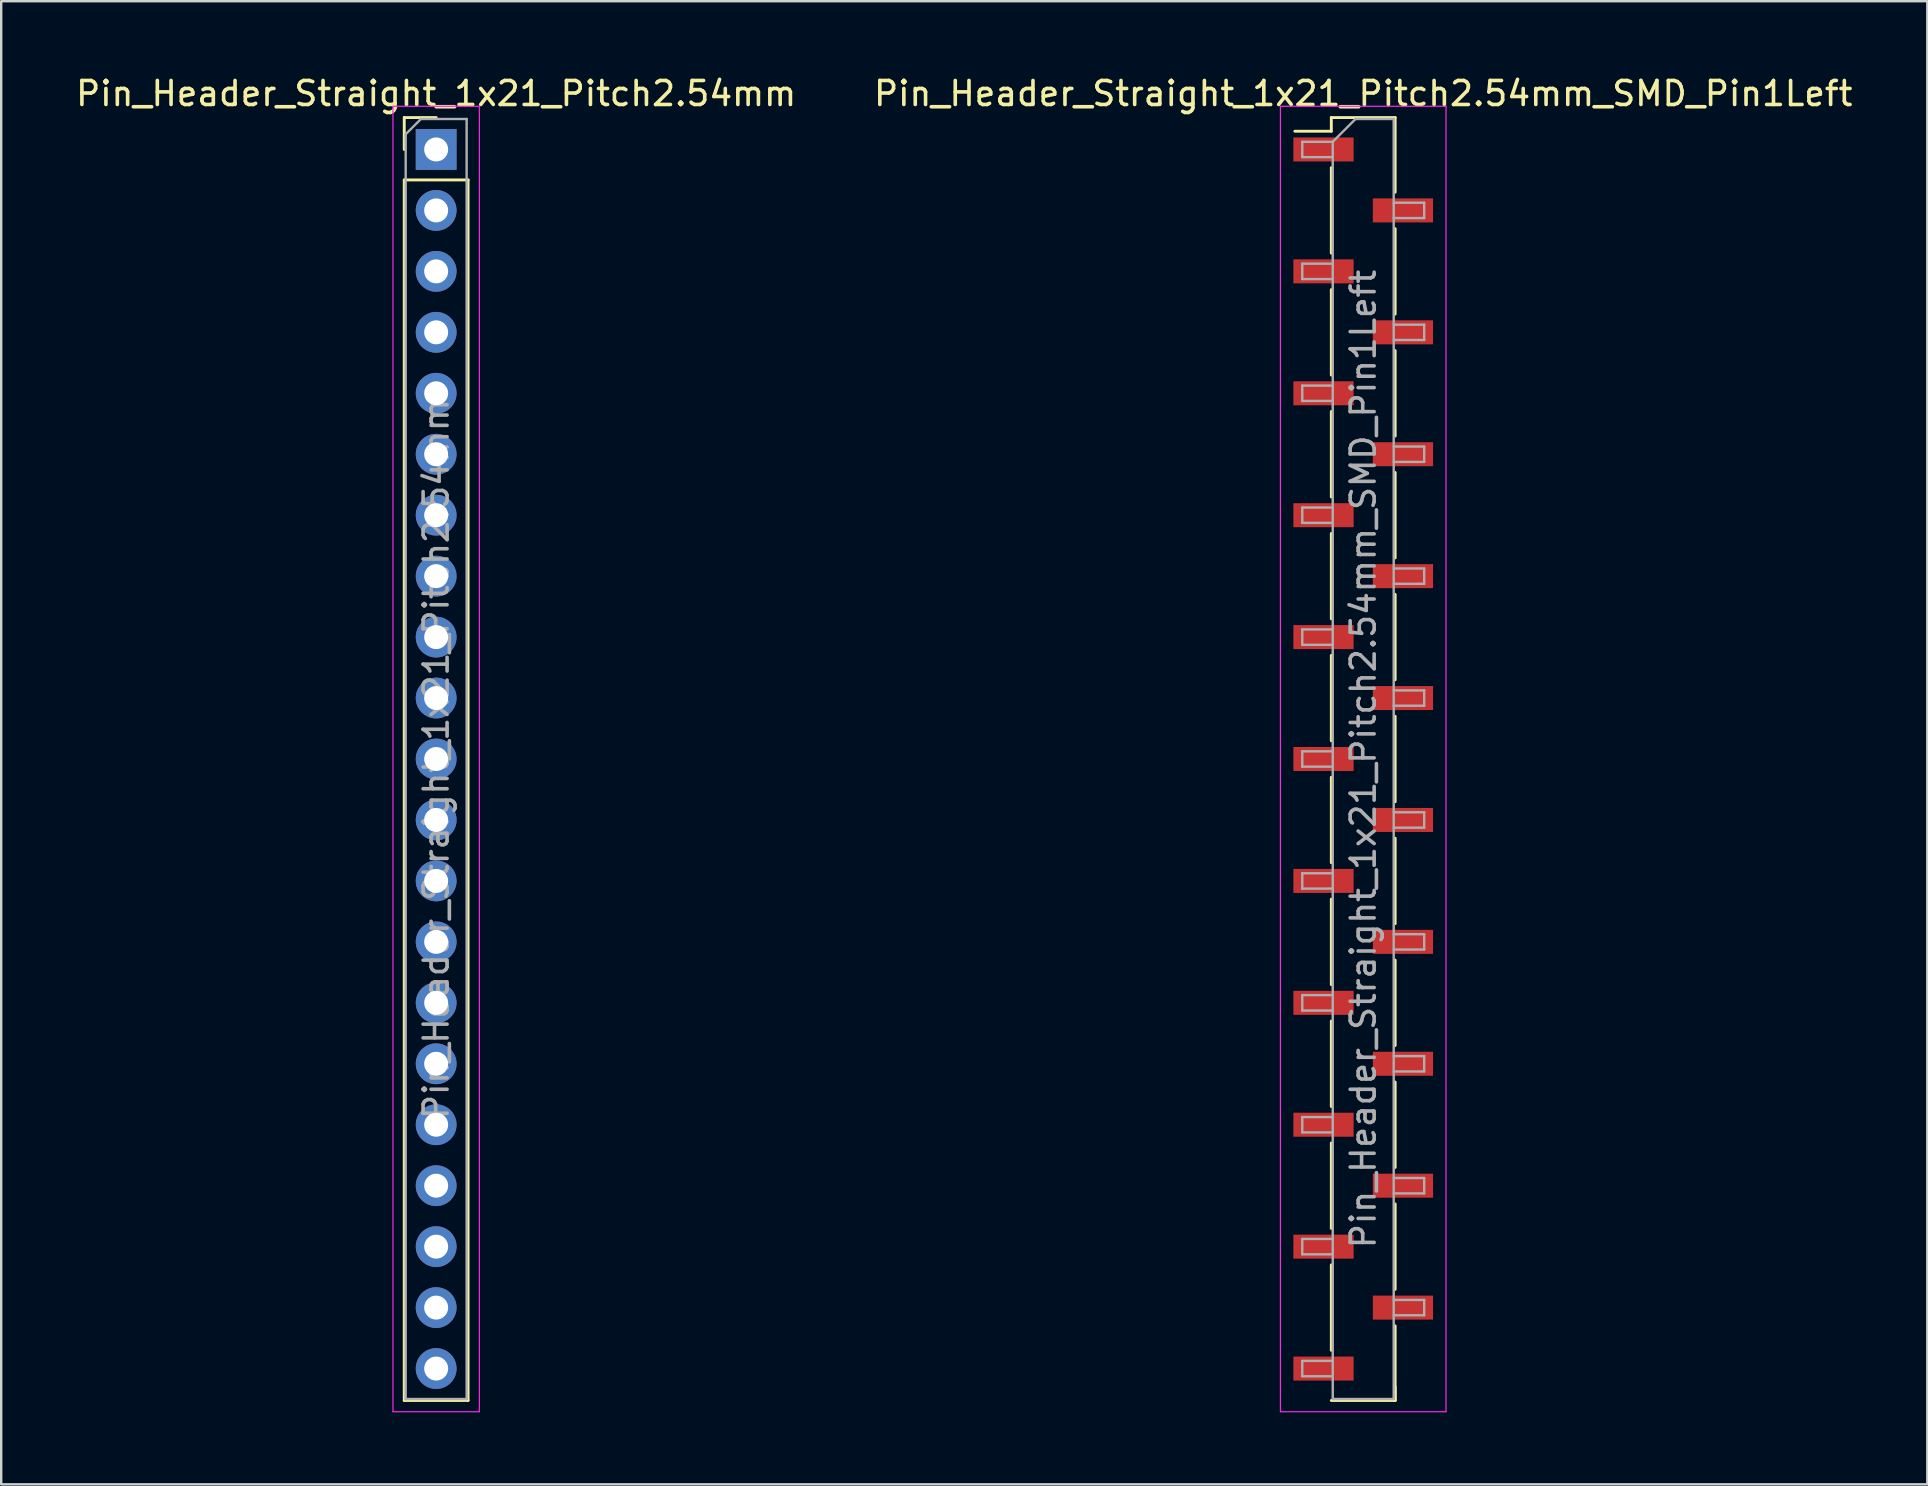
<source format=kicad_pcb>
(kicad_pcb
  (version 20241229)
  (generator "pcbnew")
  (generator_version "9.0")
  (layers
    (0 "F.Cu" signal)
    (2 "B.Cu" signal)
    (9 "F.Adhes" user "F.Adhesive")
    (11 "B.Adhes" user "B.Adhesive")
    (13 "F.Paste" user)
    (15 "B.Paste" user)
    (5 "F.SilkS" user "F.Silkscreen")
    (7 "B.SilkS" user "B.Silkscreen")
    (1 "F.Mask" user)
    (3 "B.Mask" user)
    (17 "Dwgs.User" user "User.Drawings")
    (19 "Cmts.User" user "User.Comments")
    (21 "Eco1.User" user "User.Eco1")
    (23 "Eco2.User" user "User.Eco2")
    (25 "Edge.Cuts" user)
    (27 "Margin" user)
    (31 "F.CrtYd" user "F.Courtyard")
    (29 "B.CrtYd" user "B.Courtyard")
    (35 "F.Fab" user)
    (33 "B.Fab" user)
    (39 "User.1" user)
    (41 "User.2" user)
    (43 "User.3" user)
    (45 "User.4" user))
  (footprint "Pin_Header_Straight_1x21_Pitch2.54mm_SMD_Pin1Left"
    (layer "F.Cu")
    (at 53.756 28.578)
    (property "Reference" "Pin_Header_Straight_1x21_Pitch2.54mm_SMD_Pin1Left" (at 0 -27.73 0) (layer "F.SilkS") (effects (font (size 1 1) (thickness 0.15))))
    (attr smd)
    (fp_line (start -1.33 -26.73) (end -1.33 -26.16) (stroke (width 0.12) (type solid)) (layer "F.SilkS"))
    (fp_line (start -1.33 -26.73) (end 1.33 -26.73) (stroke (width 0.12) (type solid)) (layer "F.SilkS"))
    (fp_line (start -1.33 -26.16) (end -2.85 -26.16) (stroke (width 0.12) (type solid)) (layer "F.SilkS"))
    (fp_line (start -1.33 -24.64) (end -1.33 -21.08) (stroke (width 0.12) (type solid)) (layer "F.SilkS"))
    (fp_line (start -1.33 -19.56) (end -1.33 -16) (stroke (width 0.12) (type solid)) (layer "F.SilkS"))
    (fp_line (start -1.33 -14.48) (end -1.33 -10.92) (stroke (width 0.12) (type solid)) (layer "F.SilkS"))
    (fp_line (start -1.33 -9.4) (end -1.33 -5.84) (stroke (width 0.12) (type solid)) (layer "F.SilkS"))
    (fp_line (start -1.33 -4.32) (end -1.33 -0.76) (stroke (width 0.12) (type solid)) (layer "F.SilkS"))
    (fp_line (start -1.33 0.76) (end -1.33 4.32) (stroke (width 0.12) (type solid)) (layer "F.SilkS"))
    (fp_line (start -1.33 5.84) (end -1.33 9.4) (stroke (width 0.12) (type solid)) (layer "F.SilkS"))
    (fp_line (start -1.33 10.92) (end -1.33 14.48) (stroke (width 0.12) (type solid)) (layer "F.SilkS"))
    (fp_line (start -1.33 16) (end -1.33 19.56) (stroke (width 0.12) (type solid)) (layer "F.SilkS"))
    (fp_line (start -1.33 21.08) (end -1.33 24.64) (stroke (width 0.12) (type solid)) (layer "F.SilkS"))
    (fp_line (start -1.33 26.73) (end 1.33 26.73) (stroke (width 0.12) (type solid)) (layer "F.SilkS"))
    (fp_line (start 1.33 -26.73) (end 1.33 -23.62) (stroke (width 0.12) (type solid)) (layer "F.SilkS"))
    (fp_line (start 1.33 -22.1) (end 1.33 -18.54) (stroke (width 0.12) (type solid)) (layer "F.SilkS"))
    (fp_line (start 1.33 -17.02) (end 1.33 -13.46) (stroke (width 0.12) (type solid)) (layer "F.SilkS"))
    (fp_line (start 1.33 -11.94) (end 1.33 -8.38) (stroke (width 0.12) (type solid)) (layer "F.SilkS"))
    (fp_line (start 1.33 -6.86) (end 1.33 -3.3) (stroke (width 0.12) (type solid)) (layer "F.SilkS"))
    (fp_line (start 1.33 -1.78) (end 1.33 1.78) (stroke (width 0.12) (type solid)) (layer "F.SilkS"))
    (fp_line (start 1.33 3.3) (end 1.33 6.86) (stroke (width 0.12) (type solid)) (layer "F.SilkS"))
    (fp_line (start 1.33 8.38) (end 1.33 11.94) (stroke (width 0.12) (type solid)) (layer "F.SilkS"))
    (fp_line (start 1.33 13.46) (end 1.33 17.02) (stroke (width 0.12) (type solid)) (layer "F.SilkS"))
    (fp_line (start 1.33 18.54) (end 1.33 22.1) (stroke (width 0.12) (type solid)) (layer "F.SilkS"))
    (fp_line (start 1.33 23.62) (end 1.33 26.73) (stroke (width 0.12) (type solid)) (layer "F.SilkS"))
    (fp_line (start 1.33 26.16) (end 1.33 26.73) (stroke (width 0.12) (type solid)) (layer "F.SilkS"))
    (fp_line (start -3.45 -27.2) (end -3.45 27.2) (stroke (width 0.05) (type solid)) (layer "F.CrtYd"))
    (fp_line (start -3.45 27.2) (end 3.45 27.2) (stroke (width 0.05) (type solid)) (layer "F.CrtYd"))
    (fp_line (start 3.45 -27.2) (end -3.45 -27.2) (stroke (width 0.05) (type solid)) (layer "F.CrtYd"))
    (fp_line (start 3.45 27.2) (end 3.45 -27.2) (stroke (width 0.05) (type solid)) (layer "F.CrtYd"))
    (fp_line (start -2.54 -25.72) (end -2.54 -25.08) (stroke (width 0.1) (type solid)) (layer "F.Fab"))
    (fp_line (start -2.54 -25.08) (end -1.27 -25.08) (stroke (width 0.1) (type solid)) (layer "F.Fab"))
    (fp_line (start -2.54 -20.64) (end -2.54 -20) (stroke (width 0.1) (type solid)) (layer "F.Fab"))
    (fp_line (start -2.54 -20) (end -1.27 -20) (stroke (width 0.1) (type solid)) (layer "F.Fab"))
    (fp_line (start -2.54 -15.56) (end -2.54 -14.92) (stroke (width 0.1) (type solid)) (layer "F.Fab"))
    (fp_line (start -2.54 -14.92) (end -1.27 -14.92) (stroke (width 0.1) (type solid)) (layer "F.Fab"))
    (fp_line (start -2.54 -10.48) (end -2.54 -9.84) (stroke (width 0.1) (type solid)) (layer "F.Fab"))
    (fp_line (start -2.54 -9.84) (end -1.27 -9.84) (stroke (width 0.1) (type solid)) (layer "F.Fab"))
    (fp_line (start -2.54 -5.4) (end -2.54 -4.76) (stroke (width 0.1) (type solid)) (layer "F.Fab"))
    (fp_line (start -2.54 -4.76) (end -1.27 -4.76) (stroke (width 0.1) (type solid)) (layer "F.Fab"))
    (fp_line (start -2.54 -0.32) (end -2.54 0.32) (stroke (width 0.1) (type solid)) (layer "F.Fab"))
    (fp_line (start -2.54 0.32) (end -1.27 0.32) (stroke (width 0.1) (type solid)) (layer "F.Fab"))
    (fp_line (start -2.54 4.76) (end -2.54 5.4) (stroke (width 0.1) (type solid)) (layer "F.Fab"))
    (fp_line (start -2.54 5.4) (end -1.27 5.4) (stroke (width 0.1) (type solid)) (layer "F.Fab"))
    (fp_line (start -2.54 9.84) (end -2.54 10.48) (stroke (width 0.1) (type solid)) (layer "F.Fab"))
    (fp_line (start -2.54 10.48) (end -1.27 10.48) (stroke (width 0.1) (type solid)) (layer "F.Fab"))
    (fp_line (start -2.54 14.92) (end -2.54 15.56) (stroke (width 0.1) (type solid)) (layer "F.Fab"))
    (fp_line (start -2.54 15.56) (end -1.27 15.56) (stroke (width 0.1) (type solid)) (layer "F.Fab"))
    (fp_line (start -2.54 20) (end -2.54 20.64) (stroke (width 0.1) (type solid)) (layer "F.Fab"))
    (fp_line (start -2.54 20.64) (end -1.27 20.64) (stroke (width 0.1) (type solid)) (layer "F.Fab"))
    (fp_line (start -2.54 25.08) (end -2.54 25.72) (stroke (width 0.1) (type solid)) (layer "F.Fab"))
    (fp_line (start -2.54 25.72) (end -1.27 25.72) (stroke (width 0.1) (type solid)) (layer "F.Fab"))
    (fp_line (start -1.27 -25.72) (end -2.54 -25.72) (stroke (width 0.1) (type solid)) (layer "F.Fab"))
    (fp_line (start -1.27 -25.72) (end -0.32 -26.67) (stroke (width 0.1) (type solid)) (layer "F.Fab"))
    (fp_line (start -1.27 -20.64) (end -2.54 -20.64) (stroke (width 0.1) (type solid)) (layer "F.Fab"))
    (fp_line (start -1.27 -15.56) (end -2.54 -15.56) (stroke (width 0.1) (type solid)) (layer "F.Fab"))
    (fp_line (start -1.27 -10.48) (end -2.54 -10.48) (stroke (width 0.1) (type solid)) (layer "F.Fab"))
    (fp_line (start -1.27 -5.4) (end -2.54 -5.4) (stroke (width 0.1) (type solid)) (layer "F.Fab"))
    (fp_line (start -1.27 -0.32) (end -2.54 -0.32) (stroke (width 0.1) (type solid)) (layer "F.Fab"))
    (fp_line (start -1.27 4.76) (end -2.54 4.76) (stroke (width 0.1) (type solid)) (layer "F.Fab"))
    (fp_line (start -1.27 9.84) (end -2.54 9.84) (stroke (width 0.1) (type solid)) (layer "F.Fab"))
    (fp_line (start -1.27 14.92) (end -2.54 14.92) (stroke (width 0.1) (type solid)) (layer "F.Fab"))
    (fp_line (start -1.27 20) (end -2.54 20) (stroke (width 0.1) (type solid)) (layer "F.Fab"))
    (fp_line (start -1.27 25.08) (end -2.54 25.08) (stroke (width 0.1) (type solid)) (layer "F.Fab"))
    (fp_line (start -1.27 26.67) (end -1.27 -25.72) (stroke (width 0.1) (type solid)) (layer "F.Fab"))
    (fp_line (start -0.32 -26.67) (end 1.27 -26.67) (stroke (width 0.1) (type solid)) (layer "F.Fab"))
    (fp_line (start 1.27 -26.67) (end 1.27 26.67) (stroke (width 0.1) (type solid)) (layer "F.Fab"))
    (fp_line (start 1.27 -23.18) (end 2.54 -23.18) (stroke (width 0.1) (type solid)) (layer "F.Fab"))
    (fp_line (start 1.27 -18.1) (end 2.54 -18.1) (stroke (width 0.1) (type solid)) (layer "F.Fab"))
    (fp_line (start 1.27 -13.02) (end 2.54 -13.02) (stroke (width 0.1) (type solid)) (layer "F.Fab"))
    (fp_line (start 1.27 -7.94) (end 2.54 -7.94) (stroke (width 0.1) (type solid)) (layer "F.Fab"))
    (fp_line (start 1.27 -2.86) (end 2.54 -2.86) (stroke (width 0.1) (type solid)) (layer "F.Fab"))
    (fp_line (start 1.27 2.22) (end 2.54 2.22) (stroke (width 0.1) (type solid)) (layer "F.Fab"))
    (fp_line (start 1.27 7.3) (end 2.54 7.3) (stroke (width 0.1) (type solid)) (layer "F.Fab"))
    (fp_line (start 1.27 12.38) (end 2.54 12.38) (stroke (width 0.1) (type solid)) (layer "F.Fab"))
    (fp_line (start 1.27 17.46) (end 2.54 17.46) (stroke (width 0.1) (type solid)) (layer "F.Fab"))
    (fp_line (start 1.27 22.54) (end 2.54 22.54) (stroke (width 0.1) (type solid)) (layer "F.Fab"))
    (fp_line (start 1.27 26.67) (end -1.27 26.67) (stroke (width 0.1) (type solid)) (layer "F.Fab"))
    (fp_line (start 2.54 -23.18) (end 2.54 -22.54) (stroke (width 0.1) (type solid)) (layer "F.Fab"))
    (fp_line (start 2.54 -22.54) (end 1.27 -22.54) (stroke (width 0.1) (type solid)) (layer "F.Fab"))
    (fp_line (start 2.54 -18.1) (end 2.54 -17.46) (stroke (width 0.1) (type solid)) (layer "F.Fab"))
    (fp_line (start 2.54 -17.46) (end 1.27 -17.46) (stroke (width 0.1) (type solid)) (layer "F.Fab"))
    (fp_line (start 2.54 -13.02) (end 2.54 -12.38) (stroke (width 0.1) (type solid)) (layer "F.Fab"))
    (fp_line (start 2.54 -12.38) (end 1.27 -12.38) (stroke (width 0.1) (type solid)) (layer "F.Fab"))
    (fp_line (start 2.54 -7.94) (end 2.54 -7.3) (stroke (width 0.1) (type solid)) (layer "F.Fab"))
    (fp_line (start 2.54 -7.3) (end 1.27 -7.3) (stroke (width 0.1) (type solid)) (layer "F.Fab"))
    (fp_line (start 2.54 -2.86) (end 2.54 -2.22) (stroke (width 0.1) (type solid)) (layer "F.Fab"))
    (fp_line (start 2.54 -2.22) (end 1.27 -2.22) (stroke (width 0.1) (type solid)) (layer "F.Fab"))
    (fp_line (start 2.54 2.22) (end 2.54 2.86) (stroke (width 0.1) (type solid)) (layer "F.Fab"))
    (fp_line (start 2.54 2.86) (end 1.27 2.86) (stroke (width 0.1) (type solid)) (layer "F.Fab"))
    (fp_line (start 2.54 7.3) (end 2.54 7.94) (stroke (width 0.1) (type solid)) (layer "F.Fab"))
    (fp_line (start 2.54 7.94) (end 1.27 7.94) (stroke (width 0.1) (type solid)) (layer "F.Fab"))
    (fp_line (start 2.54 12.38) (end 2.54 13.02) (stroke (width 0.1) (type solid)) (layer "F.Fab"))
    (fp_line (start 2.54 13.02) (end 1.27 13.02) (stroke (width 0.1) (type solid)) (layer "F.Fab"))
    (fp_line (start 2.54 17.46) (end 2.54 18.1) (stroke (width 0.1) (type solid)) (layer "F.Fab"))
    (fp_line (start 2.54 18.1) (end 1.27 18.1) (stroke (width 0.1) (type solid)) (layer "F.Fab"))
    (fp_line (start 2.54 22.54) (end 2.54 23.18) (stroke (width 0.1) (type solid)) (layer "F.Fab"))
    (fp_line (start 2.54 23.18) (end 1.27 23.18) (stroke (width 0.1) (type solid)) (layer "F.Fab"))
    (fp_text user "${REFERENCE}" (at 0 0 90) (layer "F.Fab") (effects (font (size 1 1) (thickness 0.15))))
    (pad "1" smd rect (at -1.655 -25.4) (size 2.51 1) (layers "F.Cu" "F.Mask" "F.Paste"))
    (pad "2" smd rect (at 1.655 -22.86) (size 2.51 1) (layers "F.Cu" "F.Mask" "F.Paste"))
    (pad "3" smd rect (at -1.655 -20.32) (size 2.51 1) (layers "F.Cu" "F.Mask" "F.Paste"))
    (pad "4" smd rect (at 1.655 -17.78) (size 2.51 1) (layers "F.Cu" "F.Mask" "F.Paste"))
    (pad "5" smd rect (at -1.655 -15.24) (size 2.51 1) (layers "F.Cu" "F.Mask" "F.Paste"))
    (pad "6" smd rect (at 1.655 -12.7) (size 2.51 1) (layers "F.Cu" "F.Mask" "F.Paste"))
    (pad "7" smd rect (at -1.655 -10.16) (size 2.51 1) (layers "F.Cu" "F.Mask" "F.Paste"))
    (pad "8" smd rect (at 1.655 -7.62) (size 2.51 1) (layers "F.Cu" "F.Mask" "F.Paste"))
    (pad "9" smd rect (at -1.655 -5.08) (size 2.51 1) (layers "F.Cu" "F.Mask" "F.Paste"))
    (pad "10" smd rect (at 1.655 -2.54) (size 2.51 1) (layers "F.Cu" "F.Mask" "F.Paste"))
    (pad "11" smd rect (at -1.655 0) (size 2.51 1) (layers "F.Cu" "F.Mask" "F.Paste"))
    (pad "12" smd rect (at 1.655 2.54) (size 2.51 1) (layers "F.Cu" "F.Mask" "F.Paste"))
    (pad "13" smd rect (at -1.655 5.08) (size 2.51 1) (layers "F.Cu" "F.Mask" "F.Paste"))
    (pad "14" smd rect (at 1.655 7.62) (size 2.51 1) (layers "F.Cu" "F.Mask" "F.Paste"))
    (pad "15" smd rect (at -1.655 10.16) (size 2.51 1) (layers "F.Cu" "F.Mask" "F.Paste"))
    (pad "16" smd rect (at 1.655 12.7) (size 2.51 1) (layers "F.Cu" "F.Mask" "F.Paste"))
    (pad "17" smd rect (at -1.655 15.24) (size 2.51 1) (layers "F.Cu" "F.Mask" "F.Paste"))
    (pad "18" smd rect (at 1.655 17.78) (size 2.51 1) (layers "F.Cu" "F.Mask" "F.Paste"))
    (pad "19" smd rect (at -1.655 20.32) (size 2.51 1) (layers "F.Cu" "F.Mask" "F.Paste"))
    (pad "20" smd rect (at 1.655 22.86) (size 2.51 1) (layers "F.Cu" "F.Mask" "F.Paste"))
    (pad "21" smd rect (at -1.655 25.4) (size 2.51 1) (layers "F.Cu" "F.Mask" "F.Paste")))
  (footprint "Pin_Header_Straight_1x21_Pitch2.54mm"
    (layer "F.Cu")
    (at 15.125 3.178)
    (property "Reference" "Pin_Header_Straight_1x21_Pitch2.54mm" (at 0 -2.33 0) (layer "F.SilkS") (effects (font (size 1 1) (thickness 0.15))))
    (attr through_hole)
    (fp_line (start -1.33 -1.33) (end 0 -1.33) (stroke (width 0.12) (type solid)) (layer "F.SilkS"))
    (fp_line (start -1.33 0) (end -1.33 -1.33) (stroke (width 0.12) (type solid)) (layer "F.SilkS"))
    (fp_line (start -1.33 1.27) (end -1.33 52.13) (stroke (width 0.12) (type solid)) (layer "F.SilkS"))
    (fp_line (start -1.33 1.27) (end 1.33 1.27) (stroke (width 0.12) (type solid)) (layer "F.SilkS"))
    (fp_line (start -1.33 52.13) (end 1.33 52.13) (stroke (width 0.12) (type solid)) (layer "F.SilkS"))
    (fp_line (start 1.33 1.27) (end 1.33 52.13) (stroke (width 0.12) (type solid)) (layer "F.SilkS"))
    (fp_line (start -1.8 -1.8) (end -1.8 52.6) (stroke (width 0.05) (type solid)) (layer "F.CrtYd"))
    (fp_line (start -1.8 52.6) (end 1.8 52.6) (stroke (width 0.05) (type solid)) (layer "F.CrtYd"))
    (fp_line (start 1.8 -1.8) (end -1.8 -1.8) (stroke (width 0.05) (type solid)) (layer "F.CrtYd"))
    (fp_line (start 1.8 52.6) (end 1.8 -1.8) (stroke (width 0.05) (type solid)) (layer "F.CrtYd"))
    (fp_line (start -1.27 -0.635) (end -0.635 -1.27) (stroke (width 0.1) (type solid)) (layer "F.Fab"))
    (fp_line (start -1.27 52.07) (end -1.27 -0.635) (stroke (width 0.1) (type solid)) (layer "F.Fab"))
    (fp_line (start -0.635 -1.27) (end 1.27 -1.27) (stroke (width 0.1) (type solid)) (layer "F.Fab"))
    (fp_line (start 1.27 -1.27) (end 1.27 52.07) (stroke (width 0.1) (type solid)) (layer "F.Fab"))
    (fp_line (start 1.27 52.07) (end -1.27 52.07) (stroke (width 0.1) (type solid)) (layer "F.Fab"))
    (fp_text user "${REFERENCE}" (at 0 25.4 90) (layer "F.Fab") (effects (font (size 1 1) (thickness 0.15))))
    (pad "1" thru_hole rect (at 0 0) (size 1.7 1.7) (drill 1) (layers "*.Cu" "*.Mask"))
    (pad "2" thru_hole oval (at 0 2.54) (size 1.7 1.7) (drill 1) (layers "*.Cu" "*.Mask"))
    (pad "3" thru_hole oval (at 0 5.08) (size 1.7 1.7) (drill 1) (layers "*.Cu" "*.Mask"))
    (pad "4" thru_hole oval (at 0 7.62) (size 1.7 1.7) (drill 1) (layers "*.Cu" "*.Mask"))
    (pad "5" thru_hole oval (at 0 10.16) (size 1.7 1.7) (drill 1) (layers "*.Cu" "*.Mask"))
    (pad "6" thru_hole oval (at 0 12.7) (size 1.7 1.7) (drill 1) (layers "*.Cu" "*.Mask"))
    (pad "7" thru_hole oval (at 0 15.24) (size 1.7 1.7) (drill 1) (layers "*.Cu" "*.Mask"))
    (pad "8" thru_hole oval (at 0 17.78) (size 1.7 1.7) (drill 1) (layers "*.Cu" "*.Mask"))
    (pad "9" thru_hole oval (at 0 20.32) (size 1.7 1.7) (drill 1) (layers "*.Cu" "*.Mask"))
    (pad "10" thru_hole oval (at 0 22.86) (size 1.7 1.7) (drill 1) (layers "*.Cu" "*.Mask"))
    (pad "11" thru_hole oval (at 0 25.4) (size 1.7 1.7) (drill 1) (layers "*.Cu" "*.Mask"))
    (pad "12" thru_hole oval (at 0 27.94) (size 1.7 1.7) (drill 1) (layers "*.Cu" "*.Mask"))
    (pad "13" thru_hole oval (at 0 30.48) (size 1.7 1.7) (drill 1) (layers "*.Cu" "*.Mask"))
    (pad "14" thru_hole oval (at 0 33.02) (size 1.7 1.7) (drill 1) (layers "*.Cu" "*.Mask"))
    (pad "15" thru_hole oval (at 0 35.56) (size 1.7 1.7) (drill 1) (layers "*.Cu" "*.Mask"))
    (pad "16" thru_hole oval (at 0 38.1) (size 1.7 1.7) (drill 1) (layers "*.Cu" "*.Mask"))
    (pad "17" thru_hole oval (at 0 40.64) (size 1.7 1.7) (drill 1) (layers "*.Cu" "*.Mask"))
    (pad "18" thru_hole oval (at 0 43.18) (size 1.7 1.7) (drill 1) (layers "*.Cu" "*.Mask"))
    (pad "19" thru_hole oval (at 0 45.72) (size 1.7 1.7) (drill 1) (layers "*.Cu" "*.Mask"))
    (pad "20" thru_hole oval (at 0 48.26) (size 1.7 1.7) (drill 1) (layers "*.Cu" "*.Mask"))
    (pad "21" thru_hole oval (at 0 50.8) (size 1.7 1.7) (drill 1) (layers "*.Cu" "*.Mask")))
  (gr_rect
    (start -3 -3)
    (end 77.262 58.803)
    (stroke (width 0.1) (type default))
    (fill no)
    (layer "Edge.Cuts")))
</source>
